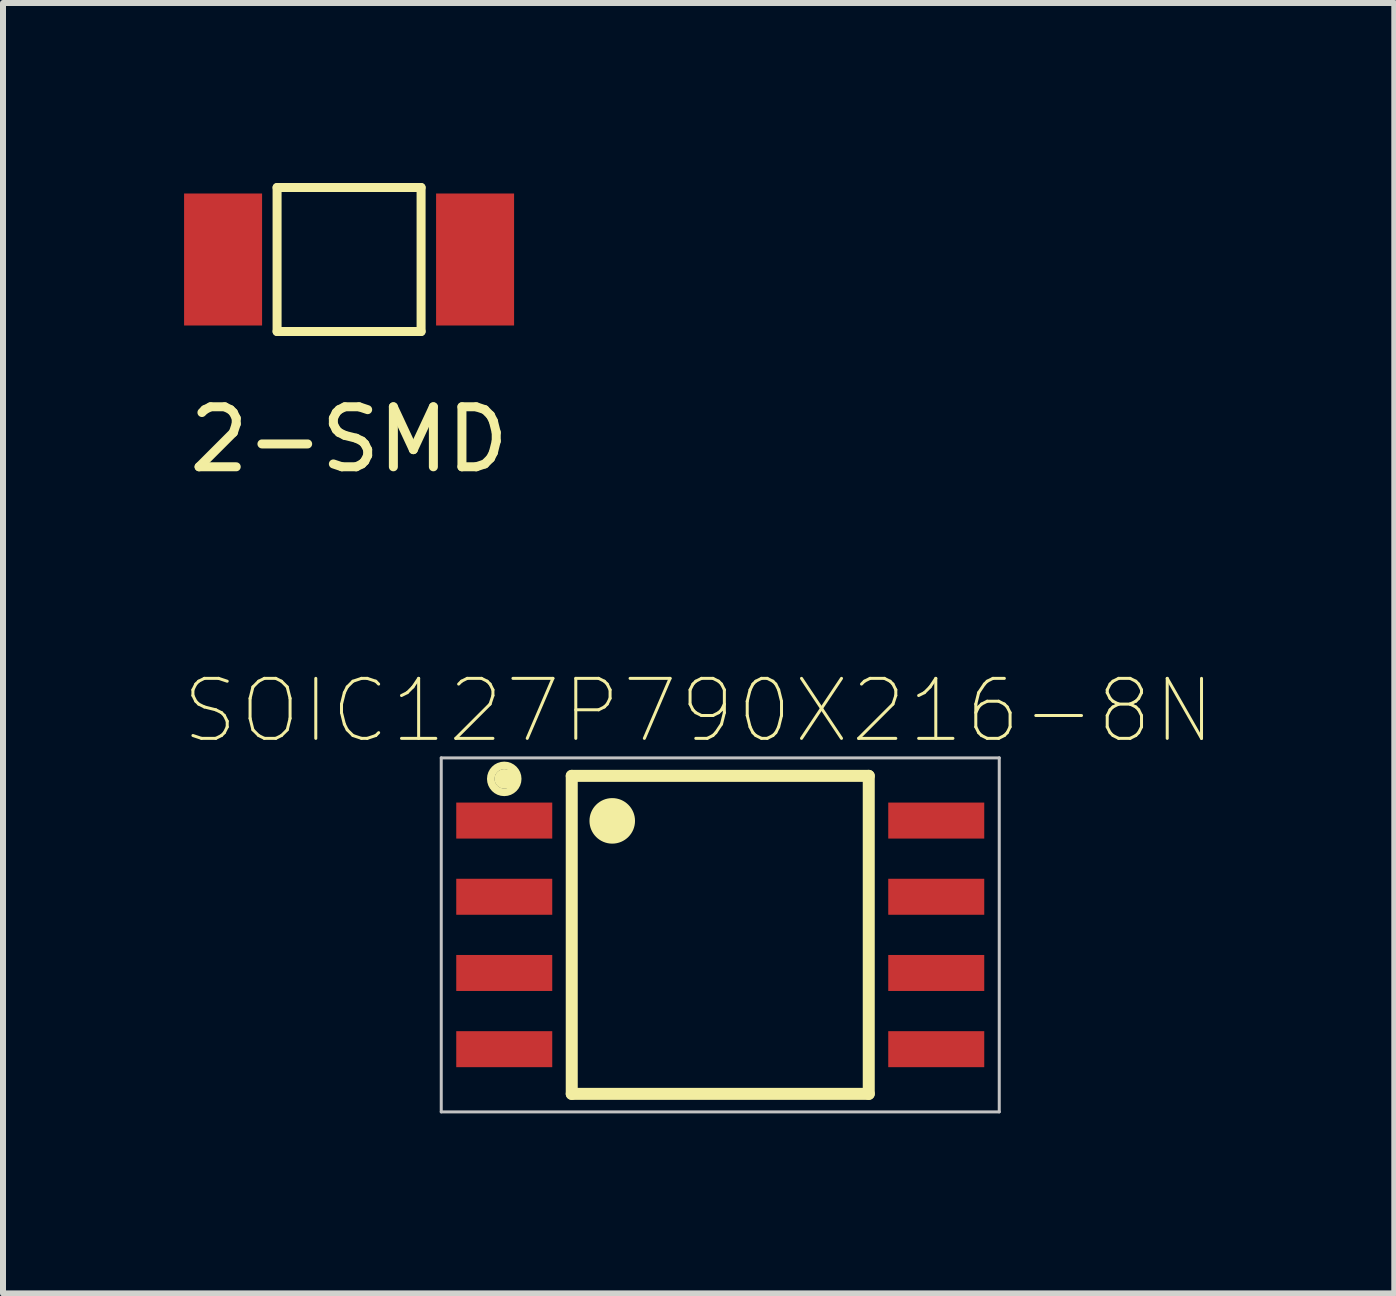
<source format=kicad_pcb>
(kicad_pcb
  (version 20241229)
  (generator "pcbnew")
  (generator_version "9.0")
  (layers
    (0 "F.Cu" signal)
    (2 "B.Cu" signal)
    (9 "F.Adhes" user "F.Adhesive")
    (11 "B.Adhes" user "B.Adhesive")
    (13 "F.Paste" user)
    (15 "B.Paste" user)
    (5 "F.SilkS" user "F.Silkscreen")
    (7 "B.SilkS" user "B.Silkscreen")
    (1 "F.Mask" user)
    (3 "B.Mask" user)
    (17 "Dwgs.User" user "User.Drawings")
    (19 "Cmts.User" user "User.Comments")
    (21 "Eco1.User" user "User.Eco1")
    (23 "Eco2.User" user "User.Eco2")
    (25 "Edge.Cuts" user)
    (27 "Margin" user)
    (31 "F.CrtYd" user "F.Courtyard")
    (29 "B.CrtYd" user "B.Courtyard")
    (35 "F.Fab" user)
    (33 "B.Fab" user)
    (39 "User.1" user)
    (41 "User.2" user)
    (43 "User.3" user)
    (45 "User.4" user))
  (footprint "2-SMD"
    (layer "F.Cu")
    (at 2.768 1.275)
    (property "Reference" "2-SMD" (at 0 3 0) (layer "F.SilkS") (effects (font (size 1 1) (thickness 0.15))))
    (attr through_hole)
    (fp_line (start -1.2 -1.2) (end 1.2 -1.2) (stroke (width 0.15) (type solid)) (layer "F.SilkS"))
    (fp_line (start -1.2 1.2) (end -1.2 -1.2) (stroke (width 0.15) (type solid)) (layer "F.SilkS"))
    (fp_line (start 1.2 -1.2) (end 1.2 1.2) (stroke (width 0.15) (type solid)) (layer "F.SilkS"))
    (fp_line (start 1.2 1.2) (end -1.2 1.2) (stroke (width 0.15) (type solid)) (layer "F.SilkS"))
    (pad "1" smd rect (at -2.1 0) (size 1.3 2.2) (layers "F.Cu" "F.Mask" "F.Paste"))
    (pad "2" smd rect (at 2.1 0) (size 1.3 2.2) (layers "F.Cu" "F.Mask" "F.Paste")))
  (footprint "SOIC127P790X216-8N"
    (layer "F.Cu")
    (at 8.954 12.531)
    (property "Reference" "SOIC127P790X216-8N" (at -0.36 -3.735 0) (layer "F.SilkS") (effects (font (size 1 1) (thickness 0.05))))
    (attr smd)
    (fp_line (start -2.475 -2.65) (end 2.475 -2.65) (stroke (width 0.2) (type solid)) (layer "F.SilkS"))
    (fp_line (start -2.475 2.65) (end -2.475 -2.65) (stroke (width 0.2) (type solid)) (layer "F.SilkS"))
    (fp_line (start 2.475 -2.65) (end 2.475 2.65) (stroke (width 0.2) (type solid)) (layer "F.SilkS"))
    (fp_line (start 2.475 2.65) (end -2.475 2.65) (stroke (width 0.2) (type solid)) (layer "F.SilkS"))
    (fp_circle (center -3.6 -2.6) (end -3.5 -2.6) (stroke (width 0.127) (type solid)) (fill no) (layer "F.SilkS"))
    (fp_circle (center -3.6 -2.6) (end -3.376 -2.6) (stroke (width 0.127) (type solid)) (fill no) (layer "F.SilkS"))
    (fp_circle (center -3.5 -2.6) (end -3.4 -2.6) (stroke (width 0.127) (type solid)) (fill no) (layer "F.SilkS"))
    (fp_circle (center -1.8 -1.9) (end -1.7 -1.9) (stroke (width 0.127) (type solid)) (fill no) (layer "F.SilkS"))
    (fp_circle (center -1.8 -1.9) (end -1.659 -1.9) (stroke (width 0.127) (type solid)) (fill no) (layer "F.SilkS"))
    (fp_circle (center -1.8 -1.9) (end -1.576 -1.9) (stroke (width 0.127) (type solid)) (fill no) (layer "F.SilkS"))
    (fp_circle (center -1.8 -1.9) (end -1.484 -1.9) (stroke (width 0.127) (type solid)) (fill no) (layer "F.SilkS"))
    (fp_circle (center -1.8 -1.8) (end -1.7 -1.8) (stroke (width 0.127) (type solid)) (fill no) (layer "F.SilkS"))
    (fp_line (start -4.65 -2.95) (end 4.65 -2.95) (stroke (width 0.05) (type solid)) (layer "Dwgs.User"))
    (fp_line (start -4.65 2.95) (end -4.65 -2.95) (stroke (width 0.05) (type solid)) (layer "Dwgs.User"))
    (fp_line (start 4.65 -2.95) (end 4.65 2.95) (stroke (width 0.05) (type solid)) (layer "Dwgs.User"))
    (fp_line (start 4.65 2.95) (end -4.65 2.95) (stroke (width 0.05) (type solid)) (layer "Dwgs.User"))
    (pad "1" smd rect (at -3.6 -1.905) (size 1.6 0.6) (layers "F.Cu" "F.Mask" "F.Paste"))
    (pad "2" smd rect (at -3.6 -0.635) (size 1.6 0.6) (layers "F.Cu" "F.Mask" "F.Paste"))
    (pad "3" smd rect (at -3.6 0.635) (size 1.6 0.6) (layers "F.Cu" "F.Mask" "F.Paste"))
    (pad "4" smd rect (at -3.6 1.905) (size 1.6 0.6) (layers "F.Cu" "F.Mask" "F.Paste"))
    (pad "5" smd rect (at 3.6 1.905 180) (size 1.6 0.6) (layers "F.Cu" "F.Mask" "F.Paste"))
    (pad "6" smd rect (at 3.6 0.635 180) (size 1.6 0.6) (layers "F.Cu" "F.Mask" "F.Paste"))
    (pad "7" smd rect (at 3.6 -0.635 180) (size 1.6 0.6) (layers "F.Cu" "F.Mask" "F.Paste"))
    (pad "8" smd rect (at 3.6 -1.905 180) (size 1.6 0.6) (layers "F.Cu" "F.Mask" "F.Paste")))
  (gr_rect
    (start -3 -3)
    (end 20.188 18.506)
    (stroke (width 0.1) (type default))
    (fill no)
    (layer "Edge.Cuts")))
</source>
